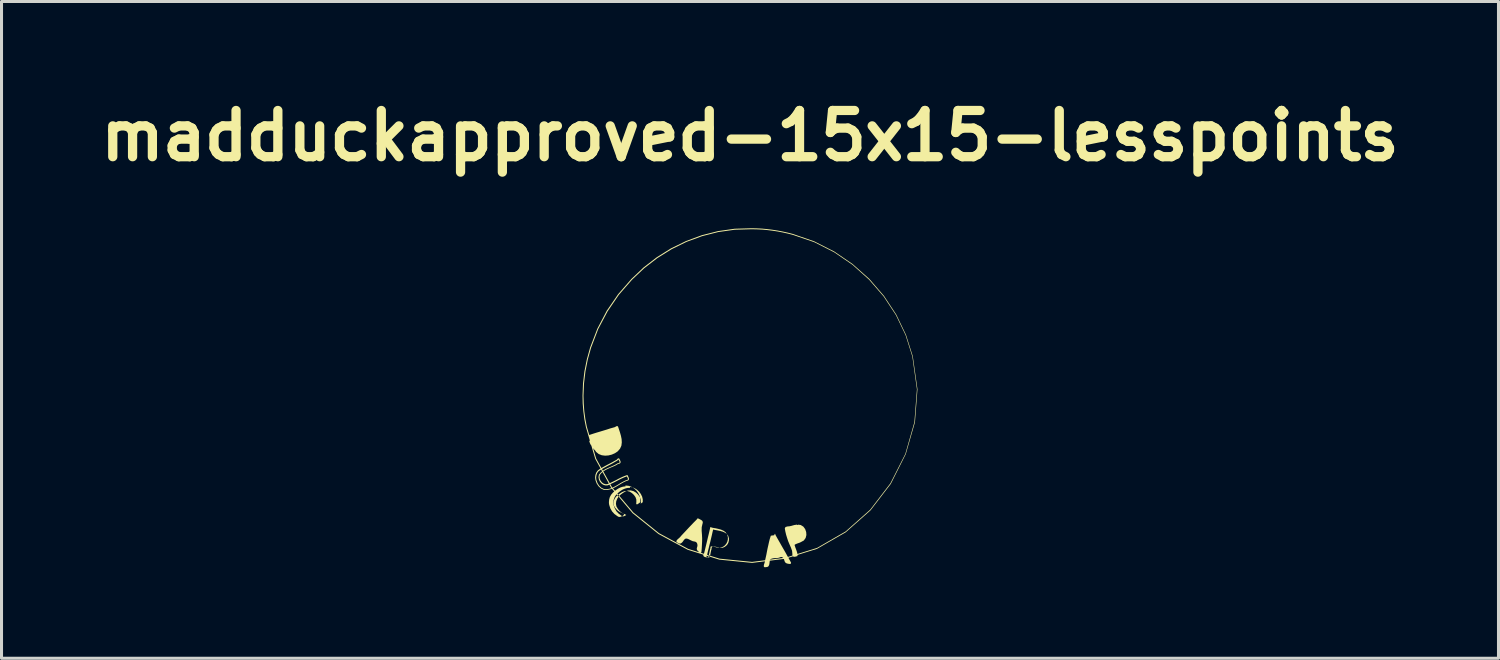
<source format=kicad_pcb>
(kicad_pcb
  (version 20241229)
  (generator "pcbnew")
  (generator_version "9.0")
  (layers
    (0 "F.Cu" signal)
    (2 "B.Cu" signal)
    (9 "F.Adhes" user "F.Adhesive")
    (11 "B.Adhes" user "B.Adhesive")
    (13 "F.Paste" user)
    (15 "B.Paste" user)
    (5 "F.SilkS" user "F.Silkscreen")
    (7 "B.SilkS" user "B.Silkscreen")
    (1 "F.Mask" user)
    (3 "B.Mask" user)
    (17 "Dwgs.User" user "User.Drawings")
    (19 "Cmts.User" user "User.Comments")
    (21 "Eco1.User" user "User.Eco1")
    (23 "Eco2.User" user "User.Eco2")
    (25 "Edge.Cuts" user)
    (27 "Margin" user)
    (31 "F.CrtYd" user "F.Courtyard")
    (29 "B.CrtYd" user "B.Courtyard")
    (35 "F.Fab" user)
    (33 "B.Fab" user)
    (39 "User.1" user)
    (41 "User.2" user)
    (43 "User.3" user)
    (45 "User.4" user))
  (footprint "madduckapproved-15x15-lesspoints"
    (layer "F.Cu")
    (at 21.677 10.064)
    (property "Reference" "madduckapproved-15x15-lesspoints" (at 0 -8.637 0) (layer "F.SilkS") (effects (font (size 1.524 1.524) (thickness 0.305))))
    (attr smd)
    (fp_poly (pts (xy 0.051 -5.589) (xy 0.049 -5.556) (xy 0.066 -5.556) (xy 0.236 -5.552) (xy 0.408 -5.544) (xy 0.578 -5.528) (xy 0.748 -5.507) (xy 0.918 -5.481) (xy 1.088 -5.448) (xy 1.254 -5.411) (xy 1.42 -5.368) (xy 2.117 -5.13) (xy 2.773 -4.798) (xy 3.379 -4.384) (xy 3.926 -3.893) (xy 4.406 -3.339) (xy 4.811 -2.725) (xy 5.129 -2.063) (xy 5.352 -1.36) (xy 5.504 -0.28) (xy 5.42 0.802) (xy 5.121 1.849) (xy 4.627 2.823) (xy 3.963 3.689) (xy 3.15 4.409) (xy 2.211 4.95) (xy 1.168 5.274) (xy 0.068 5.411) (xy -1.006 5.304) (xy -2.041 4.981) (xy -3 4.464) (xy -3.848 3.78) (xy -4.549 2.95) (xy -5.072 2.003) (xy -5.379 0.958) (xy -5.428 0.702) (xy -5.463 0.446) (xy -5.482 0.189) (xy -5.49 -0.069) (xy -5.473 -0.47) (xy -5.426 -0.868) (xy -5.348 -1.261) (xy -5.24 -1.647) (xy -5.004 -2.265) (xy -4.695 -2.849) (xy -4.322 -3.395) (xy -3.889 -3.892) (xy -3.488 -4.27) (xy -3.053 -4.606) (xy -2.586 -4.897) (xy -2.092 -5.14) (xy -1.576 -5.329) (xy -1.045 -5.464) (xy -0.5 -5.54) (xy 0.049 -5.556) (xy 0.051 -5.589) (xy -0.504 -5.573) (xy -1.051 -5.495) (xy -1.586 -5.36) (xy -2.105 -5.169) (xy -2.602 -4.927) (xy -3.072 -4.634) (xy -3.51 -4.296) (xy -3.912 -3.915) (xy -4.348 -3.415) (xy -4.725 -2.866) (xy -5.033 -2.278) (xy -5.271 -1.659) (xy -5.379 -1.269) (xy -5.459 -0.872) (xy -5.506 -0.472) (xy -5.521 -0.069) (xy -5.516 0.19) (xy -5.494 0.45) (xy -5.461 0.708) (xy -5.307 1.23) (xy -5.283 1.302) (xy -5.266 1.358) (xy -5.248 1.415) (xy -5.231 1.47) (xy -5.211 1.526) (xy -5.19 1.583) (xy -5.166 1.638) (xy -5.137 1.69) (xy -5.072 1.788) (xy -4.986 1.856) (xy -4.887 1.895) (xy -4.777 1.909) (xy -4.666 1.901) (xy -4.557 1.874) (xy -4.455 1.829) (xy -4.363 1.768) (xy -4.285 1.679) (xy -4.24 1.579) (xy -4.227 1.472) (xy -4.233 1.362) (xy -4.256 1.251) (xy -4.287 1.142) (xy -4.322 1.036) (xy -4.356 0.935) (xy -4.387 0.941) (xy -4.387 0.93) (xy -4.461 0.97) (xy -4.602 1.009) (xy -4.715 1.046) (xy -4.83 1.081) (xy -4.945 1.116) (xy -5.063 1.151) (xy -5.178 1.187) (xy -5.307 1.23) (xy -5.461 0.708) (xy -5.266 1.373) (xy -5.299 1.439) (xy -5.264 1.529) (xy -5.203 1.621) (xy -5.143 1.699) (xy -5.088 1.757) (xy -5.022 1.802) (xy -4.942 1.826) (xy -4.85 1.824) (xy -4.77 1.806) (xy -4.69 1.781) (xy -4.613 1.744) (xy -4.547 1.695) (xy -4.492 1.63) (xy -4.457 1.558) (xy -4.446 1.474) (xy -4.457 1.386) (xy -4.465 1.355) (xy -4.473 1.324) (xy -4.483 1.291) (xy -4.492 1.259) (xy -4.502 1.228) (xy -4.512 1.197) (xy -4.522 1.168) (xy -4.53 1.144) (xy -4.53 1.125) (xy -4.551 1.131) (xy -4.639 1.162) (xy -4.731 1.189) (xy -4.822 1.216) (xy -4.916 1.244) (xy -5.008 1.273) (xy -5.098 1.302) (xy -5.182 1.336) (xy -5.266 1.373) (xy -5.461 0.708) (xy -5.106 2.622) (xy -5.104 2.647) (xy -5.102 2.671) (xy -5.098 2.694) (xy -5.094 2.72) (xy -5.057 2.823) (xy -4.995 2.917) (xy -4.915 2.991) (xy -4.815 3.038) (xy -4.709 3.04) (xy -4.61 3.02) (xy -4.516 2.985) (xy -4.424 2.938) (xy -4.336 2.886) (xy -4.249 2.833) (xy -4.163 2.784) (xy -4.075 2.743) (xy -4.036 2.733) (xy -4.008 2.718) (xy -3.993 2.692) (xy -3.991 2.665) (xy -3.999 2.637) (xy -4.01 2.61) (xy -4.022 2.585) (xy -4.042 2.546) (xy -4.125 2.575) (xy -4.196 2.604) (xy -4.268 2.637) (xy -4.342 2.674) (xy -4.415 2.714) (xy -4.489 2.751) (xy -4.561 2.786) (xy -4.633 2.819) (xy -4.702 2.848) (xy -4.766 2.85) (xy -4.827 2.829) (xy -4.879 2.792) (xy -4.922 2.739) (xy -4.952 2.677) (xy -4.961 2.61) (xy -4.95 2.546) (xy -4.897 2.479) (xy -4.831 2.425) (xy -4.756 2.378) (xy -4.676 2.339) (xy -4.592 2.301) (xy -4.506 2.266) (xy -4.422 2.227) (xy -4.348 2.182) (xy -4.309 2.174) (xy -4.28 2.157) (xy -4.266 2.129) (xy -4.268 2.1) (xy -4.278 2.073) (xy -4.292 2.045) (xy -4.305 2.018) (xy -4.315 1.999) (xy -4.348 1.999) (xy -4.348 1.993) (xy -4.391 2.04) (xy -4.475 2.087) (xy -4.551 2.13) (xy -4.629 2.171) (xy -4.709 2.212) (xy -4.788 2.255) (xy -4.866 2.298) (xy -4.942 2.341) (xy -5.016 2.394) (xy -5.067 2.462) (xy -5.096 2.54) (xy -5.106 2.622) (xy -5.461 0.708) (xy -5.41 0.966) (xy -5.102 2.015) (xy -4.576 2.97) (xy -4.842 2.867) (xy -4.77 2.89) (xy -4.694 2.888) (xy -4.62 2.855) (xy -4.547 2.822) (xy -4.473 2.786) (xy -4.401 2.749) (xy -4.327 2.71) (xy -4.254 2.673) (xy -4.182 2.64) (xy -4.114 2.611) (xy -4.059 2.593) (xy -4.051 2.607) (xy -4.04 2.63) (xy -4.03 2.654) (xy -4.024 2.673) (xy -4.026 2.689) (xy -4.032 2.699) (xy -4.049 2.71) (xy -4.086 2.718) (xy -4.176 2.761) (xy -4.266 2.81) (xy -4.352 2.865) (xy -4.44 2.916) (xy -4.53 2.961) (xy -4.62 2.996) (xy -4.711 3.013) (xy -4.807 3.011) (xy -4.895 2.97) (xy -4.969 2.902) (xy -5.026 2.816) (xy -5.061 2.718) (xy -5.067 2.697) (xy -5.069 2.673) (xy -5.071 2.652) (xy -5.073 2.63) (xy -5.063 2.554) (xy -5.038 2.484) (xy -4.993 2.423) (xy -4.924 2.375) (xy -4.85 2.334) (xy -4.772 2.291) (xy -4.694 2.248) (xy -4.614 2.207) (xy -4.536 2.166) (xy -4.459 2.121) (xy -4.372 2.072) (xy -4.336 2.034) (xy -4.334 2.04) (xy -4.321 2.065) (xy -4.307 2.091) (xy -4.301 2.114) (xy -4.299 2.13) (xy -4.305 2.14) (xy -4.321 2.15) (xy -4.36 2.158) (xy -4.438 2.204) (xy -4.52 2.242) (xy -4.604 2.279) (xy -4.69 2.316) (xy -4.772 2.355) (xy -4.85 2.404) (xy -4.92 2.462) (xy -4.981 2.538) (xy -4.995 2.617) (xy -4.983 2.693) (xy -4.952 2.763) (xy -4.903 2.822) (xy -4.842 2.867) (xy -4.576 2.97) (xy -3.871 3.804) (xy -4.331 3.257) (xy -4.379 3.332) (xy -4.411 3.414) (xy -4.42 3.499) (xy -4.403 3.585) (xy -4.354 3.667) (xy -4.325 3.703) (xy -4.291 3.738) (xy -4.256 3.769) (xy -4.215 3.796) (xy -4.174 3.818) (xy -4.133 3.837) (xy -4.098 3.853) (xy -4.079 3.863) (xy -4.09 3.873) (xy -4.127 3.892) (xy -4.157 3.906) (xy -4.178 3.91) (xy -4.198 3.91) (xy -4.219 3.902) (xy -4.245 3.884) (xy -4.332 3.82) (xy -4.405 3.742) (xy -4.457 3.648) (xy -4.493 3.549) (xy -4.497 3.523) (xy -4.5 3.498) (xy -4.502 3.474) (xy -4.504 3.449) (xy -4.497 3.371) (xy -4.473 3.297) (xy -4.436 3.228) (xy -4.377 3.164) (xy -4.336 3.125) (xy -4.291 3.088) (xy -4.243 3.055) (xy -4.194 3.025) (xy -4.141 3.002) (xy -4.086 2.984) (xy -4.032 2.973) (xy -3.957 2.969) (xy -3.957 2.949) (xy -3.957 2.945) (xy -3.957 2.942) (xy -3.883 2.95) (xy -3.799 2.984) (xy -3.721 3.034) (xy -3.653 3.099) (xy -3.598 3.175) (xy -3.557 3.259) (xy -3.536 3.347) (xy -3.536 3.433) (xy -3.541 3.447) (xy -3.559 3.46) (xy -3.582 3.476) (xy -3.602 3.49) (xy -3.604 3.49) (xy -3.598 3.462) (xy -3.598 3.367) (xy -3.631 3.275) (xy -3.69 3.193) (xy -3.76 3.126) (xy -3.842 3.078) (xy -3.932 3.054) (xy -4.026 3.058) (xy -4.12 3.095) (xy -4.194 3.142) (xy -4.266 3.195) (xy -4.331 3.257) (xy -3.871 3.804) (xy -3.018 4.491) (xy -4.35 3.917) (xy -4.319 3.929) (xy -4.289 3.929) (xy -4.262 3.923) (xy -4.227 3.907) (xy -4.188 3.888) (xy -4.153 3.859) (xy -4.166 3.823) (xy -4.202 3.808) (xy -4.235 3.792) (xy -4.274 3.775) (xy -4.315 3.753) (xy -4.35 3.73) (xy -4.383 3.7) (xy -4.414 3.667) (xy -4.442 3.634) (xy -4.487 3.56) (xy -4.502 3.484) (xy -4.495 3.407) (xy -4.465 3.333) (xy -4.42 3.265) (xy -4.36 3.206) (xy -4.291 3.155) (xy -4.221 3.112) (xy -4.135 3.077) (xy -4.051 3.073) (xy -3.969 3.095) (xy -3.897 3.14) (xy -3.831 3.2) (xy -3.776 3.276) (xy -3.747 3.358) (xy -3.747 3.444) (xy -3.752 3.479) (xy -3.747 3.509) (xy -3.719 3.515) (xy -3.7 3.503) (xy -3.678 3.489) (xy -3.655 3.474) (xy -3.629 3.452) (xy -3.618 3.427) (xy -3.618 3.329) (xy -3.641 3.235) (xy -3.684 3.145) (xy -3.743 3.063) (xy -3.815 2.993) (xy -3.899 2.94) (xy -3.991 2.905) (xy -4.106 2.892) (xy -4.106 2.909) (xy -4.106 2.911) (xy -4.106 2.915) (xy -4.106 2.919) (xy -4.106 2.923) (xy -4.151 2.925) (xy -4.211 2.937) (xy -4.268 2.956) (xy -4.323 2.982) (xy -4.375 3.013) (xy -4.426 3.048) (xy -4.473 3.085) (xy -4.518 3.126) (xy -4.577 3.195) (xy -4.62 3.271) (xy -4.643 3.351) (xy -4.651 3.435) (xy -4.651 3.462) (xy -4.649 3.488) (xy -4.645 3.515) (xy -4.639 3.542) (xy -4.604 3.648) (xy -4.547 3.747) (xy -4.471 3.831) (xy -4.379 3.898) (xy -4.35 3.917) (xy -3.018 4.491) (xy -2.055 5.011) (xy -1.633 5.115) (xy -1.603 5.094) (xy -1.592 4.98) (xy -1.586 4.869) (xy -1.58 4.752) (xy -1.578 4.633) (xy -1.584 4.51) (xy -1.594 4.387) (xy -1.592 4.269) (xy -1.568 4.162) (xy -1.557 4.123) (xy -1.559 4.088) (xy -1.574 4.058) (xy -1.598 4.037) (xy -1.625 4.021) (xy -1.652 4.008) (xy -1.682 3.99) (xy -1.734 3.972) (xy -1.734 3.989) (xy -1.799 4.056) (xy -1.869 4.126) (xy -1.939 4.2) (xy -2.008 4.272) (xy -2.076 4.345) (xy -2.145 4.419) (xy -2.213 4.491) (xy -2.281 4.564) (xy -2.299 4.589) (xy -2.324 4.612) (xy -2.355 4.64) (xy -2.387 4.667) (xy -2.4 4.683) (xy -2.414 4.698) (xy -2.422 4.714) (xy -2.428 4.731) (xy -2.424 4.747) (xy -2.412 4.763) (xy -2.396 4.773) (xy -2.379 4.781) (xy -2.342 4.804) (xy -2.301 4.808) (xy -2.266 4.792) (xy -2.236 4.767) (xy -2.209 4.734) (xy -2.186 4.699) (xy -2.16 4.669) (xy -2.137 4.65) (xy -2.109 4.642) (xy -2.078 4.644) (xy -2.043 4.654) (xy -2.008 4.671) (xy -1.969 4.691) (xy -1.93 4.71) (xy -1.889 4.728) (xy -1.85 4.736) (xy -1.807 4.744) (xy -1.779 4.758) (xy -1.76 4.775) (xy -1.746 4.797) (xy -1.738 4.824) (xy -1.732 4.855) (xy -1.734 4.891) (xy -1.744 4.928) (xy -1.754 4.961) (xy -1.754 4.992) (xy -1.744 5.021) (xy -1.727 5.043) (xy -1.703 5.066) (xy -1.67 5.096) (xy -1.633 5.115) (xy -2.055 5.011) (xy -1.523 5.144) (xy -1.531 5.162) (xy -1.537 5.178) (xy -1.539 5.193) (xy -1.537 5.207) (xy -1.531 5.221) (xy -1.521 5.231) (xy -1.512 5.239) (xy -1.488 5.249) (xy -1.463 5.257) (xy -1.435 5.261) (xy -1.4 5.269) (xy -1.375 5.233) (xy -1.361 5.198) (xy -1.35 5.161) (xy -1.342 5.12) (xy -1.334 5.079) (xy -1.326 5.038) (xy -1.316 4.999) (xy -1.305 4.962) (xy -1.303 4.921) (xy -1.293 4.905) (xy -1.275 4.899) (xy -1.248 4.901) (xy -1.215 4.907) (xy -1.178 4.915) (xy -1.141 4.923) (xy -1.107 4.933) (xy -1.031 4.947) (xy -0.955 4.937) (xy -0.887 4.91) (xy -0.828 4.867) (xy -0.781 4.81) (xy -0.748 4.744) (xy -0.73 4.67) (xy -0.73 4.591) (xy -0.758 4.502) (xy -0.807 4.431) (xy -0.875 4.383) (xy -0.955 4.347) (xy -1.041 4.324) (xy -1.129 4.304) (xy -1.232 4.287) (xy -1.312 4.262) (xy -1.312 4.281) (xy -1.312 4.283) (xy -1.336 4.387) (xy -1.361 4.494) (xy -1.387 4.6) (xy -1.412 4.707) (xy -1.437 4.812) (xy -1.463 4.92) (xy -1.488 5.025) (xy -1.514 5.129) (xy -1.523 5.144) (xy -2.055 5.011) (xy -1.014 5.337) (xy -1.324 5.223) (xy -1.336 5.253) (xy -1.346 5.268) (xy -1.361 5.266) (xy -1.387 5.26) (xy -1.408 5.254) (xy -1.426 5.246) (xy -1.432 5.242) (xy -1.434 5.238) (xy -1.435 5.234) (xy -1.437 5.23) (xy -1.435 5.222) (xy -1.432 5.211) (xy -1.426 5.199) (xy -1.414 5.179) (xy -1.389 5.07) (xy -1.363 4.964) (xy -1.338 4.857) (xy -1.31 4.752) (xy -1.285 4.644) (xy -1.26 4.539) (xy -1.236 4.431) (xy -1.215 4.343) (xy -1.172 4.355) (xy -1.066 4.374) (xy -0.98 4.392) (xy -0.898 4.415) (xy -0.824 4.449) (xy -0.764 4.492) (xy -0.719 4.552) (xy -0.695 4.634) (xy -0.695 4.703) (xy -0.711 4.769) (xy -0.74 4.829) (xy -0.783 4.878) (xy -0.836 4.917) (xy -0.894 4.943) (xy -0.961 4.951) (xy -1.033 4.937) (xy -1.064 4.929) (xy -1.101 4.919) (xy -1.139 4.911) (xy -1.178 4.905) (xy -1.213 4.903) (xy -1.246 4.915) (xy -1.266 4.948) (xy -1.269 4.993) (xy -1.281 5.028) (xy -1.289 5.067) (xy -1.297 5.108) (xy -1.305 5.149) (xy -1.312 5.188) (xy -1.324 5.223) (xy -1.014 5.337) (xy 0.461 5.504) (xy 0.459 5.514) (xy 0.457 5.524) (xy 0.455 5.536) (xy 0.455 5.546) (xy 0.457 5.567) (xy 0.473 5.583) (xy 0.496 5.589) (xy 0.52 5.583) (xy 0.566 5.581) (xy 0.604 5.56) (xy 0.625 5.526) (xy 0.637 5.487) (xy 0.643 5.444) (xy 0.648 5.401) (xy 0.654 5.362) (xy 0.662 5.333) (xy 0.686 5.315) (xy 0.719 5.304) (xy 0.758 5.294) (xy 0.801 5.288) (xy 0.846 5.286) (xy 0.893 5.284) (xy 0.938 5.278) (xy 0.979 5.264) (xy 1.012 5.252) (xy 1.037 5.25) (xy 1.057 5.254) (xy 1.074 5.266) (xy 1.092 5.281) (xy 1.107 5.303) (xy 1.121 5.328) (xy 1.131 5.358) (xy 1.143 5.395) (xy 1.16 5.426) (xy 1.184 5.447) (xy 1.211 5.461) (xy 1.248 5.471) (xy 1.297 5.479) (xy 1.344 5.475) (xy 1.354 5.436) (xy 1.291 5.321) (xy 1.229 5.21) (xy 1.166 5.096) (xy 1.102 4.985) (xy 1.037 4.872) (xy 0.973 4.758) (xy 0.908 4.645) (xy 0.848 4.538) (xy 0.824 4.481) (xy 0.789 4.537) (xy 0.789 4.529) (xy 0.813 4.529) (xy 0.797 4.533) (xy 0.779 4.535) (xy 0.764 4.537) (xy 0.746 4.539) (xy 0.73 4.541) (xy 0.713 4.543) (xy 0.686 4.549) (xy 0.652 4.655) (xy 0.627 4.754) (xy 0.604 4.858) (xy 0.58 4.963) (xy 0.559 5.069) (xy 0.539 5.174) (xy 0.516 5.278) (xy 0.492 5.381) (xy 0.49 5.407) (xy 0.482 5.436) (xy 0.471 5.469) (xy 0.461 5.504) (xy -1.014 5.337) (xy 0.07 5.444) (xy 1.158 5.308) (xy 2.209 4.981) (xy 1.566 5.219) (xy 1.566 5.167) (xy 1.559 5.122) (xy 1.545 5.075) (xy 1.529 5.028) (xy 1.512 4.979) (xy 1.494 4.932) (xy 1.479 4.885) (xy 1.469 4.852) (xy 1.48 4.842) (xy 1.502 4.828) (xy 1.529 4.817) (xy 1.559 4.805) (xy 1.592 4.793) (xy 1.623 4.783) (xy 1.654 4.77) (xy 1.682 4.756) (xy 1.775 4.705) (xy 1.834 4.623) (xy 1.859 4.525) (xy 1.852 4.426) (xy 1.818 4.328) (xy 1.758 4.248) (xy 1.672 4.195) (xy 1.57 4.182) (xy 1.582 4.195) (xy 1.551 4.195) (xy 1.551 4.182) (xy 1.527 4.186) (xy 1.461 4.196) (xy 1.41 4.21) (xy 1.359 4.225) (xy 1.301 4.237) (xy 1.232 4.243) (xy 1.17 4.261) (xy 1.147 4.309) (xy 1.166 4.413) (xy 1.191 4.517) (xy 1.223 4.622) (xy 1.258 4.727) (xy 1.303 4.835) (xy 1.35 4.942) (xy 1.387 5.046) (xy 1.397 5.149) (xy 1.397 5.186) (xy 1.408 5.218) (xy 1.428 5.235) (xy 1.451 5.243) (xy 1.479 5.241) (xy 1.504 5.237) (xy 1.529 5.229) (xy 1.566 5.219) (xy 2.209 4.981) (xy 3.154 4.437) (xy 3.973 3.712) (xy 4.641 2.841) (xy 5.135 1.86) (xy 5.438 0.808) (xy 5.521 -0.28) (xy 5.367 -1.368) (xy 5.143 -2.075) (xy 4.824 -2.741) (xy 4.418 -3.358) (xy 3.936 -3.917) (xy 3.383 -4.409) (xy 2.773 -4.825) (xy 2.113 -5.159) (xy 1.414 -5.401) (xy 1.246 -5.444) (xy 1.078 -5.481) (xy 0.908 -5.513) (xy 0.738 -5.54) (xy 0.566 -5.561) (xy 0.395 -5.577) (xy 0.223 -5.585) (xy 0.066 -5.589) (xy 0.051 -5.589)) (stroke (width 0) (type solid)) (fill yes) (layer "F.SilkS")))
  (gr_rect
    (start -3 -3)
    (end 46.354 18.653)
    (stroke (width 0.1) (type default))
    (fill no)
    (layer "Edge.Cuts")))
</source>
